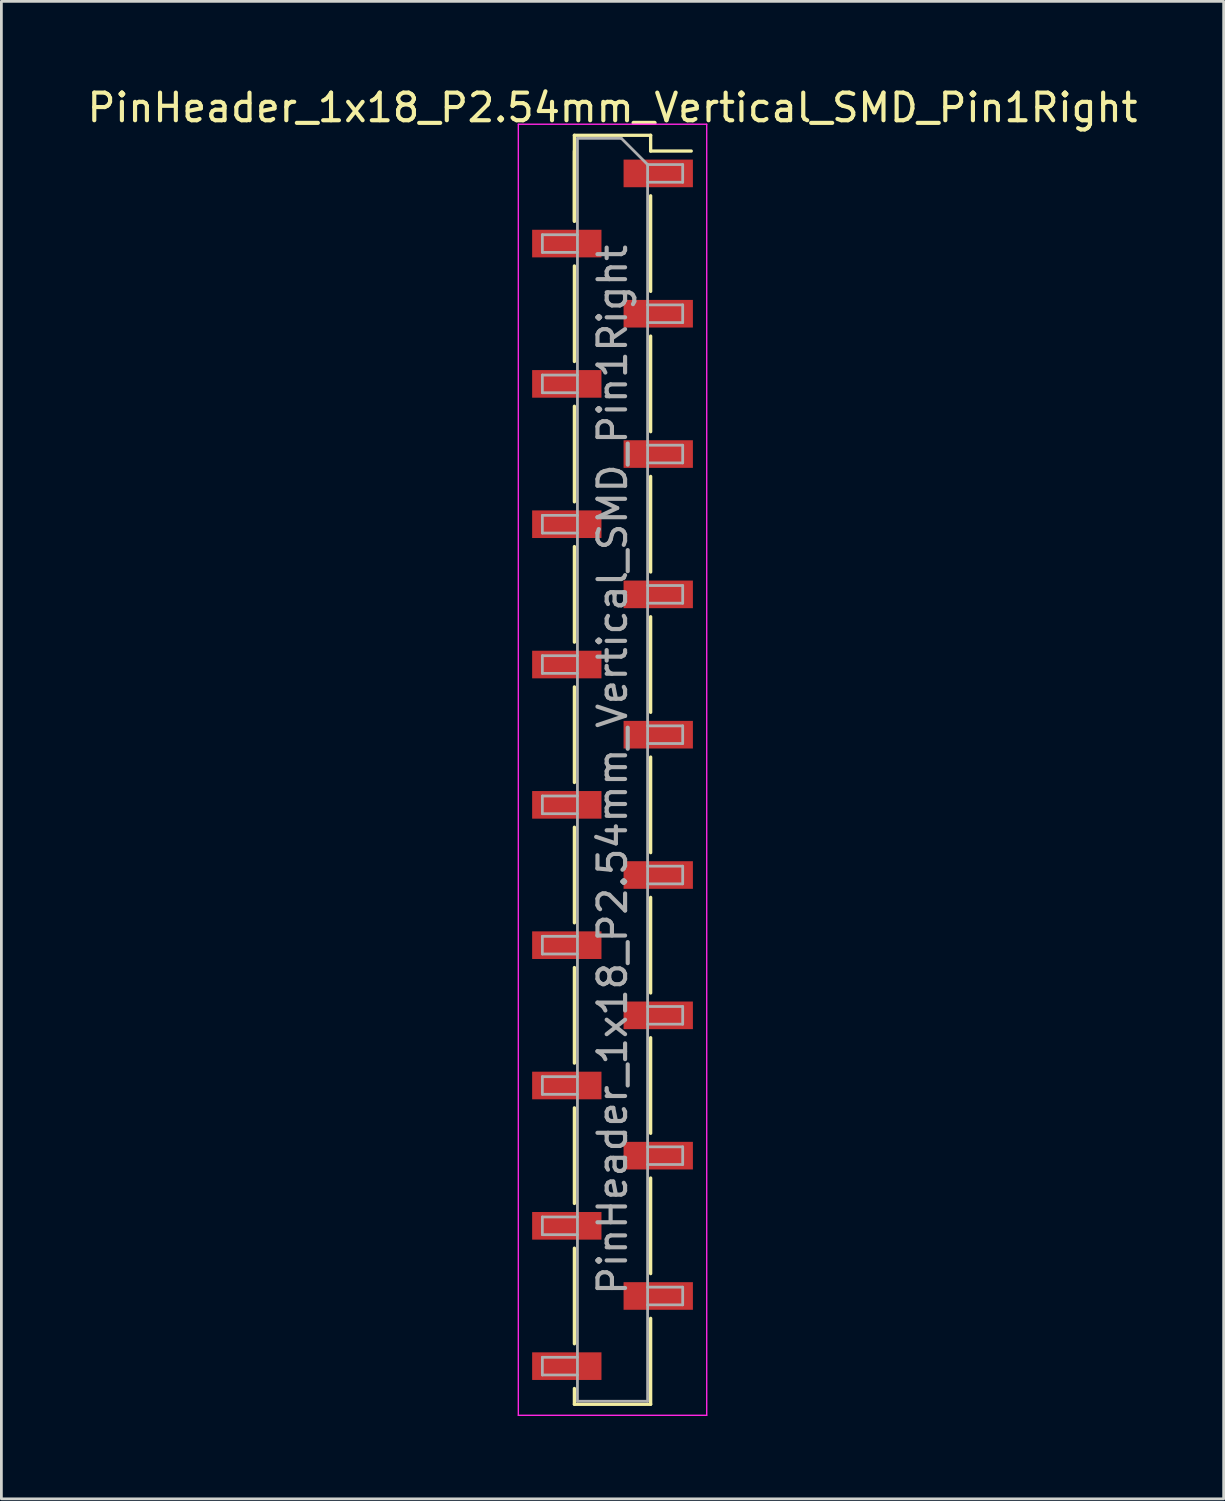
<source format=kicad_pcb>
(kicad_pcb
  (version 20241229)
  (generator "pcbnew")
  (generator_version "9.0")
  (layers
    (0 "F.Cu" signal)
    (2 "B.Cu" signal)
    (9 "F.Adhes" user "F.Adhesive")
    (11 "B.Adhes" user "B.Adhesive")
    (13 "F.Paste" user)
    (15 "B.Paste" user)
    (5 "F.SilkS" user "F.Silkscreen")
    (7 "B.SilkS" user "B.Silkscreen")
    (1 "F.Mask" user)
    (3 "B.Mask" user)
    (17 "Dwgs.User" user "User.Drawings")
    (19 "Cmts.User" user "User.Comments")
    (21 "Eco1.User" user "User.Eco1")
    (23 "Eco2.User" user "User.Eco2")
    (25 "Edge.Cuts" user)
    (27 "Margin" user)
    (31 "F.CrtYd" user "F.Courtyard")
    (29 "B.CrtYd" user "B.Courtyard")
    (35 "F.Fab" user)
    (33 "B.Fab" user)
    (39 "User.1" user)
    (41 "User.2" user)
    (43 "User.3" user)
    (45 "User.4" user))
  (footprint "PinHeader_1x18_P2.54mm_Vertical_SMD_Pin1Right"
    (layer "F.Cu")
    (at 19.125 24.818)
    (property "Reference" "PinHeader_1x18_P2.54mm_Vertical_SMD_Pin1Right" (at 0 -23.97 0) (layer "F.SilkS") (effects (font (size 1 1) (thickness 0.15))))
    (attr smd)
    (fp_line (start -1.38 -22.97) (end -1.38 -19.86) (stroke (width 0.12) (type solid)) (layer "F.SilkS"))
    (fp_line (start -1.38 -22.97) (end 1.38 -22.97) (stroke (width 0.12) (type solid)) (layer "F.SilkS"))
    (fp_line (start -1.38 -22.4) (end -1.38 -19.86) (stroke (width 0.12) (type solid)) (layer "F.SilkS"))
    (fp_line (start -1.38 -18.24) (end -1.38 -14.78) (stroke (width 0.12) (type solid)) (layer "F.SilkS"))
    (fp_line (start -1.38 -13.16) (end -1.38 -9.7) (stroke (width 0.12) (type solid)) (layer "F.SilkS"))
    (fp_line (start -1.38 -8.08) (end -1.38 -4.62) (stroke (width 0.12) (type solid)) (layer "F.SilkS"))
    (fp_line (start -1.38 -3) (end -1.38 0.46) (stroke (width 0.12) (type solid)) (layer "F.SilkS"))
    (fp_line (start -1.38 2.08) (end -1.38 5.54) (stroke (width 0.12) (type solid)) (layer "F.SilkS"))
    (fp_line (start -1.38 7.16) (end -1.38 10.62) (stroke (width 0.12) (type solid)) (layer "F.SilkS"))
    (fp_line (start -1.38 12.24) (end -1.38 15.7) (stroke (width 0.12) (type solid)) (layer "F.SilkS"))
    (fp_line (start -1.38 17.32) (end -1.38 20.78) (stroke (width 0.12) (type solid)) (layer "F.SilkS"))
    (fp_line (start -1.38 22.4) (end -1.38 22.97) (stroke (width 0.12) (type solid)) (layer "F.SilkS"))
    (fp_line (start -1.38 22.97) (end 1.38 22.97) (stroke (width 0.12) (type solid)) (layer "F.SilkS"))
    (fp_line (start 1.38 -22.97) (end 1.38 -22.4) (stroke (width 0.12) (type solid)) (layer "F.SilkS"))
    (fp_line (start 1.38 -22.4) (end 2.85 -22.4) (stroke (width 0.12) (type solid)) (layer "F.SilkS"))
    (fp_line (start 1.38 -20.78) (end 1.38 -17.32) (stroke (width 0.12) (type solid)) (layer "F.SilkS"))
    (fp_line (start 1.38 -15.7) (end 1.38 -12.24) (stroke (width 0.12) (type solid)) (layer "F.SilkS"))
    (fp_line (start 1.38 -10.62) (end 1.38 -7.16) (stroke (width 0.12) (type solid)) (layer "F.SilkS"))
    (fp_line (start 1.38 -5.54) (end 1.38 -2.08) (stroke (width 0.12) (type solid)) (layer "F.SilkS"))
    (fp_line (start 1.38 -0.46) (end 1.38 3) (stroke (width 0.12) (type solid)) (layer "F.SilkS"))
    (fp_line (start 1.38 4.62) (end 1.38 8.08) (stroke (width 0.12) (type solid)) (layer "F.SilkS"))
    (fp_line (start 1.38 9.7) (end 1.38 13.16) (stroke (width 0.12) (type solid)) (layer "F.SilkS"))
    (fp_line (start 1.38 14.78) (end 1.38 18.24) (stroke (width 0.12) (type solid)) (layer "F.SilkS"))
    (fp_line (start 1.38 19.86) (end 1.38 22.97) (stroke (width 0.12) (type solid)) (layer "F.SilkS"))
    (fp_line (start -3.41 -23.37) (end -3.41 23.37) (stroke (width 0.05) (type solid)) (layer "F.CrtYd"))
    (fp_line (start -3.41 23.37) (end 3.41 23.37) (stroke (width 0.05) (type solid)) (layer "F.CrtYd"))
    (fp_line (start 3.41 -23.37) (end -3.41 -23.37) (stroke (width 0.05) (type solid)) (layer "F.CrtYd"))
    (fp_line (start 3.41 23.37) (end 3.41 -23.37) (stroke (width 0.05) (type solid)) (layer "F.CrtYd"))
    (fp_line (start -2.54 -19.37) (end -2.54 -18.73) (stroke (width 0.1) (type solid)) (layer "F.Fab"))
    (fp_line (start -2.54 -18.73) (end -1.27 -18.73) (stroke (width 0.1) (type solid)) (layer "F.Fab"))
    (fp_line (start -2.54 -14.29) (end -2.54 -13.65) (stroke (width 0.1) (type solid)) (layer "F.Fab"))
    (fp_line (start -2.54 -13.65) (end -1.27 -13.65) (stroke (width 0.1) (type solid)) (layer "F.Fab"))
    (fp_line (start -2.54 -9.21) (end -2.54 -8.57) (stroke (width 0.1) (type solid)) (layer "F.Fab"))
    (fp_line (start -2.54 -8.57) (end -1.27 -8.57) (stroke (width 0.1) (type solid)) (layer "F.Fab"))
    (fp_line (start -2.54 -4.13) (end -2.54 -3.49) (stroke (width 0.1) (type solid)) (layer "F.Fab"))
    (fp_line (start -2.54 -3.49) (end -1.27 -3.49) (stroke (width 0.1) (type solid)) (layer "F.Fab"))
    (fp_line (start -2.54 0.95) (end -2.54 1.59) (stroke (width 0.1) (type solid)) (layer "F.Fab"))
    (fp_line (start -2.54 1.59) (end -1.27 1.59) (stroke (width 0.1) (type solid)) (layer "F.Fab"))
    (fp_line (start -2.54 6.03) (end -2.54 6.67) (stroke (width 0.1) (type solid)) (layer "F.Fab"))
    (fp_line (start -2.54 6.67) (end -1.27 6.67) (stroke (width 0.1) (type solid)) (layer "F.Fab"))
    (fp_line (start -2.54 11.11) (end -2.54 11.75) (stroke (width 0.1) (type solid)) (layer "F.Fab"))
    (fp_line (start -2.54 11.75) (end -1.27 11.75) (stroke (width 0.1) (type solid)) (layer "F.Fab"))
    (fp_line (start -2.54 16.19) (end -2.54 16.83) (stroke (width 0.1) (type solid)) (layer "F.Fab"))
    (fp_line (start -2.54 16.83) (end -1.27 16.83) (stroke (width 0.1) (type solid)) (layer "F.Fab"))
    (fp_line (start -2.54 21.27) (end -2.54 21.91) (stroke (width 0.1) (type solid)) (layer "F.Fab"))
    (fp_line (start -2.54 21.91) (end -1.27 21.91) (stroke (width 0.1) (type solid)) (layer "F.Fab"))
    (fp_line (start -1.27 -22.86) (end -1.27 22.86) (stroke (width 0.1) (type solid)) (layer "F.Fab"))
    (fp_line (start -1.27 -22.86) (end 0.32 -22.86) (stroke (width 0.1) (type solid)) (layer "F.Fab"))
    (fp_line (start -1.27 -19.37) (end -2.54 -19.37) (stroke (width 0.1) (type solid)) (layer "F.Fab"))
    (fp_line (start -1.27 -14.29) (end -2.54 -14.29) (stroke (width 0.1) (type solid)) (layer "F.Fab"))
    (fp_line (start -1.27 -9.21) (end -2.54 -9.21) (stroke (width 0.1) (type solid)) (layer "F.Fab"))
    (fp_line (start -1.27 -4.13) (end -2.54 -4.13) (stroke (width 0.1) (type solid)) (layer "F.Fab"))
    (fp_line (start -1.27 0.95) (end -2.54 0.95) (stroke (width 0.1) (type solid)) (layer "F.Fab"))
    (fp_line (start -1.27 6.03) (end -2.54 6.03) (stroke (width 0.1) (type solid)) (layer "F.Fab"))
    (fp_line (start -1.27 11.11) (end -2.54 11.11) (stroke (width 0.1) (type solid)) (layer "F.Fab"))
    (fp_line (start -1.27 16.19) (end -2.54 16.19) (stroke (width 0.1) (type solid)) (layer "F.Fab"))
    (fp_line (start -1.27 21.27) (end -2.54 21.27) (stroke (width 0.1) (type solid)) (layer "F.Fab"))
    (fp_line (start 1.27 -21.91) (end 0.32 -22.86) (stroke (width 0.1) (type solid)) (layer "F.Fab"))
    (fp_line (start 1.27 -21.91) (end 2.54 -21.91) (stroke (width 0.1) (type solid)) (layer "F.Fab"))
    (fp_line (start 1.27 -16.83) (end 2.54 -16.83) (stroke (width 0.1) (type solid)) (layer "F.Fab"))
    (fp_line (start 1.27 -11.75) (end 2.54 -11.75) (stroke (width 0.1) (type solid)) (layer "F.Fab"))
    (fp_line (start 1.27 -6.67) (end 2.54 -6.67) (stroke (width 0.1) (type solid)) (layer "F.Fab"))
    (fp_line (start 1.27 -1.59) (end 2.54 -1.59) (stroke (width 0.1) (type solid)) (layer "F.Fab"))
    (fp_line (start 1.27 3.49) (end 2.54 3.49) (stroke (width 0.1) (type solid)) (layer "F.Fab"))
    (fp_line (start 1.27 8.57) (end 2.54 8.57) (stroke (width 0.1) (type solid)) (layer "F.Fab"))
    (fp_line (start 1.27 13.65) (end 2.54 13.65) (stroke (width 0.1) (type solid)) (layer "F.Fab"))
    (fp_line (start 1.27 18.73) (end 2.54 18.73) (stroke (width 0.1) (type solid)) (layer "F.Fab"))
    (fp_line (start 1.27 22.86) (end -1.27 22.86) (stroke (width 0.1) (type solid)) (layer "F.Fab"))
    (fp_line (start 1.27 22.86) (end 1.27 -21.91) (stroke (width 0.1) (type solid)) (layer "F.Fab"))
    (fp_line (start 2.54 -21.91) (end 2.54 -21.27) (stroke (width 0.1) (type solid)) (layer "F.Fab"))
    (fp_line (start 2.54 -21.27) (end 1.27 -21.27) (stroke (width 0.1) (type solid)) (layer "F.Fab"))
    (fp_line (start 2.54 -16.83) (end 2.54 -16.19) (stroke (width 0.1) (type solid)) (layer "F.Fab"))
    (fp_line (start 2.54 -16.19) (end 1.27 -16.19) (stroke (width 0.1) (type solid)) (layer "F.Fab"))
    (fp_line (start 2.54 -11.75) (end 2.54 -11.11) (stroke (width 0.1) (type solid)) (layer "F.Fab"))
    (fp_line (start 2.54 -11.11) (end 1.27 -11.11) (stroke (width 0.1) (type solid)) (layer "F.Fab"))
    (fp_line (start 2.54 -6.67) (end 2.54 -6.03) (stroke (width 0.1) (type solid)) (layer "F.Fab"))
    (fp_line (start 2.54 -6.03) (end 1.27 -6.03) (stroke (width 0.1) (type solid)) (layer "F.Fab"))
    (fp_line (start 2.54 -1.59) (end 2.54 -0.95) (stroke (width 0.1) (type solid)) (layer "F.Fab"))
    (fp_line (start 2.54 -0.95) (end 1.27 -0.95) (stroke (width 0.1) (type solid)) (layer "F.Fab"))
    (fp_line (start 2.54 3.49) (end 2.54 4.13) (stroke (width 0.1) (type solid)) (layer "F.Fab"))
    (fp_line (start 2.54 4.13) (end 1.27 4.13) (stroke (width 0.1) (type solid)) (layer "F.Fab"))
    (fp_line (start 2.54 8.57) (end 2.54 9.21) (stroke (width 0.1) (type solid)) (layer "F.Fab"))
    (fp_line (start 2.54 9.21) (end 1.27 9.21) (stroke (width 0.1) (type solid)) (layer "F.Fab"))
    (fp_line (start 2.54 13.65) (end 2.54 14.29) (stroke (width 0.1) (type solid)) (layer "F.Fab"))
    (fp_line (start 2.54 14.29) (end 1.27 14.29) (stroke (width 0.1) (type solid)) (layer "F.Fab"))
    (fp_line (start 2.54 18.73) (end 2.54 19.37) (stroke (width 0.1) (type solid)) (layer "F.Fab"))
    (fp_line (start 2.54 19.37) (end 1.27 19.37) (stroke (width 0.1) (type solid)) (layer "F.Fab"))
    (fp_text user "${REFERENCE}" (at 0 0 90) (layer "F.Fab") (effects (font (size 1 1) (thickness 0.15))))
    (pad "1" smd rect (at 1.655 -21.59) (size 2.51 1) (layers "F.Cu" "F.Mask" "F.Paste"))
    (pad "2" smd rect (at -1.655 -19.05) (size 2.51 1) (layers "F.Cu" "F.Mask" "F.Paste"))
    (pad "3" smd rect (at 1.655 -16.51) (size 2.51 1) (layers "F.Cu" "F.Mask" "F.Paste"))
    (pad "4" smd rect (at -1.655 -13.97) (size 2.51 1) (layers "F.Cu" "F.Mask" "F.Paste"))
    (pad "5" smd rect (at 1.655 -11.43) (size 2.51 1) (layers "F.Cu" "F.Mask" "F.Paste"))
    (pad "6" smd rect (at -1.655 -8.89) (size 2.51 1) (layers "F.Cu" "F.Mask" "F.Paste"))
    (pad "7" smd rect (at 1.655 -6.35) (size 2.51 1) (layers "F.Cu" "F.Mask" "F.Paste"))
    (pad "8" smd rect (at -1.655 -3.81) (size 2.51 1) (layers "F.Cu" "F.Mask" "F.Paste"))
    (pad "9" smd rect (at 1.655 -1.27) (size 2.51 1) (layers "F.Cu" "F.Mask" "F.Paste"))
    (pad "10" smd rect (at -1.655 1.27) (size 2.51 1) (layers "F.Cu" "F.Mask" "F.Paste"))
    (pad "11" smd rect (at 1.655 3.81) (size 2.51 1) (layers "F.Cu" "F.Mask" "F.Paste"))
    (pad "12" smd rect (at -1.655 6.35) (size 2.51 1) (layers "F.Cu" "F.Mask" "F.Paste"))
    (pad "13" smd rect (at 1.655 8.89) (size 2.51 1) (layers "F.Cu" "F.Mask" "F.Paste"))
    (pad "14" smd rect (at -1.655 11.43) (size 2.51 1) (layers "F.Cu" "F.Mask" "F.Paste"))
    (pad "15" smd rect (at 1.655 13.97) (size 2.51 1) (layers "F.Cu" "F.Mask" "F.Paste"))
    (pad "16" smd rect (at -1.655 16.51) (size 2.51 1) (layers "F.Cu" "F.Mask" "F.Paste"))
    (pad "17" smd rect (at 1.655 19.05) (size 2.51 1) (layers "F.Cu" "F.Mask" "F.Paste"))
    (pad "18" smd rect (at -1.655 21.59) (size 2.51 1) (layers "F.Cu" "F.Mask" "F.Paste")))
  (gr_rect
    (start -3 -3)
    (end 41.25 51.213)
    (stroke (width 0.1) (type default))
    (fill no)
    (layer "Edge.Cuts")))
</source>
